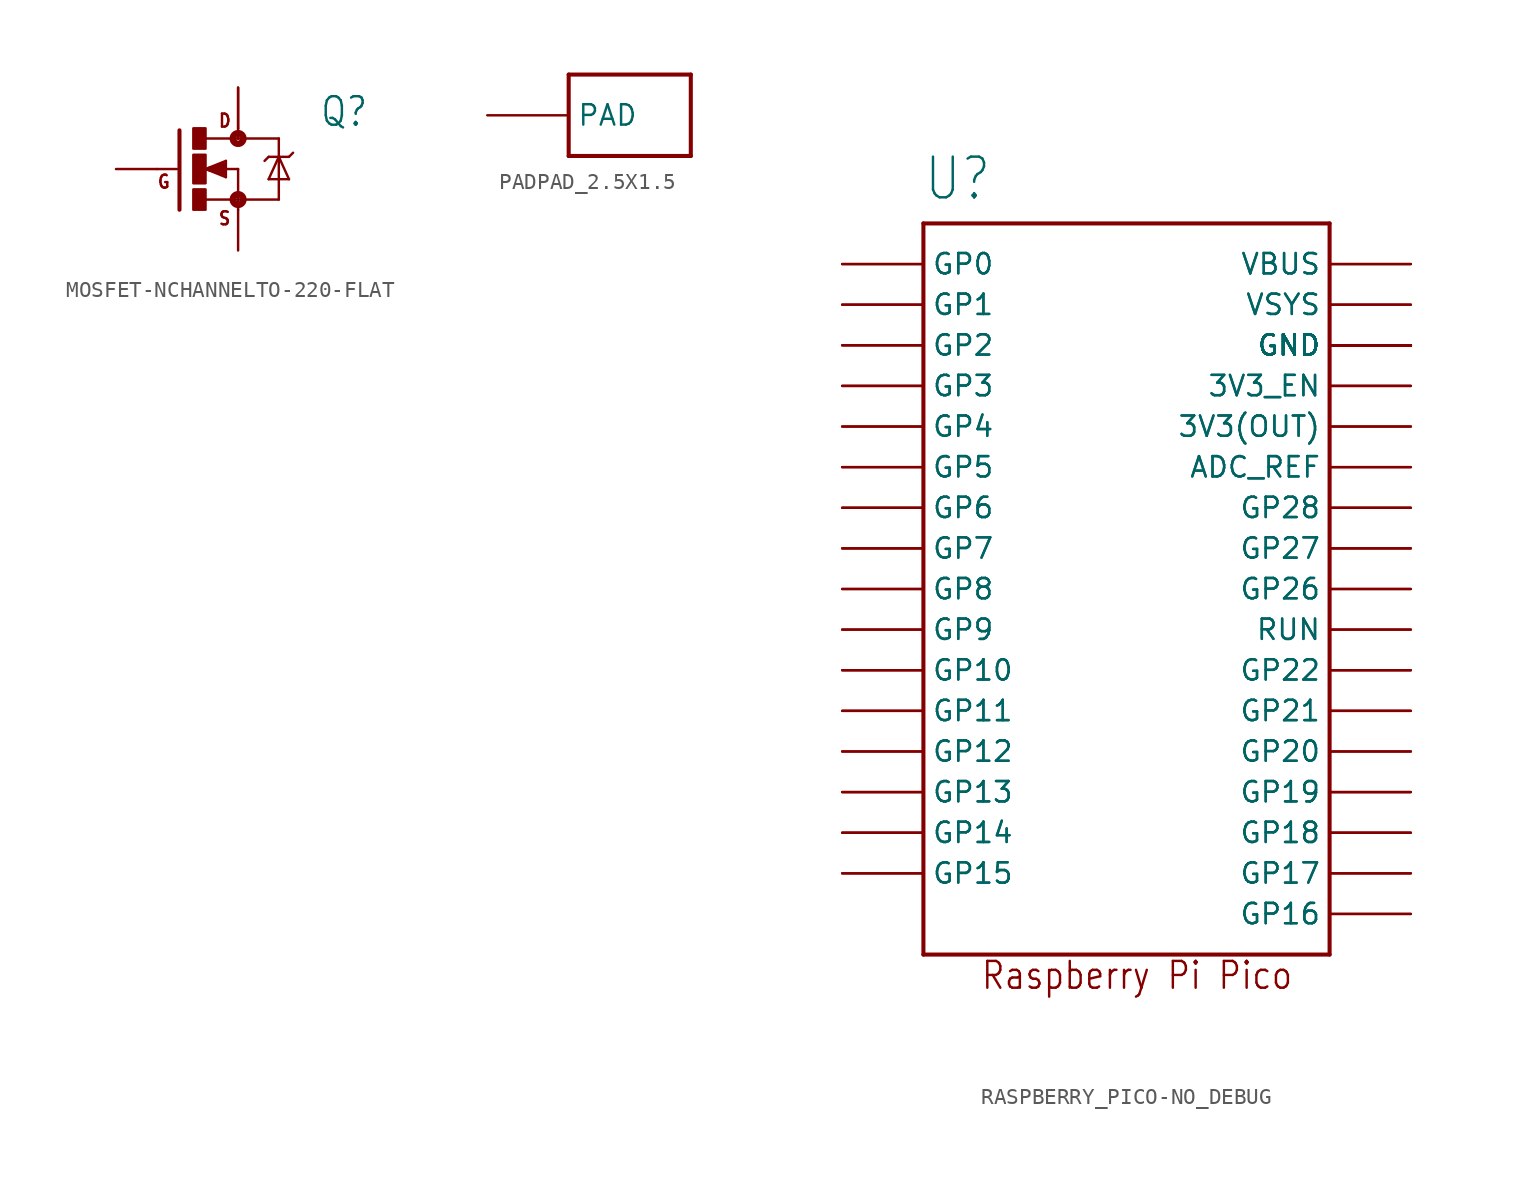
<source format=kicad_sym>
(kicad_symbol_lib
  (version 20231120)
  (generator "kicad_symbol_editor")
  (generator_version "8.0")
  (symbol "MOSFET-NCHANNELTO-220-FLAT"
    (property "Reference" "Q"
      (at 5.08 2.54 0)
      (effects (font (size 1.778 1.511)) (justify left bottom)))
    (property "Value" ""
      (at 5.08 0 0)
      (effects (font (size 1.778 1.511)) (justify left bottom)))
    (property "ki_locked" ""
      (at 0 0 0)
      (effects (font (size 1.27 1.27))))
    (symbol "MOSFET-NCHANNELTO-220-FLAT_1_0"
      (rectangle (start -2.794 -2.54) (end -2.032 -1.27) (stroke (width 0) (type default)) (fill (type outline)))
      (rectangle (start -2.794 -0.889) (end -2.032 0.889) (stroke (width 0) (type default)) (fill (type outline)))
      (rectangle (start -2.794 1.27) (end -2.032 2.54) (stroke (width 0) (type default)) (fill (type outline)))
      (circle (center 0 -1.905) (radius 0.127) (stroke (width 0.406) (type solid)) (fill (type none)))
      (polyline (pts (xy -3.81 0) (xy -5.08 0)) (stroke (width 0.152) (type solid)) (fill (type none)))
      (polyline (pts (xy -3.658 2.413) (xy -3.658 -2.54)) (stroke (width 0.254) (type solid)) (fill (type none)))
      (polyline (pts (xy -2.032 -1.905) (xy 0 -1.905)) (stroke (width 0.152) (type solid)) (fill (type none)))
      (polyline (pts (xy -2.032 0) (xy -0.762 -0.508)) (stroke (width 0.152) (type solid)) (fill (type none)))
      (polyline (pts (xy -1.778 0) (xy -0.889 -0.254)) (stroke (width 0.305) (type solid)) (fill (type none)))
      (polyline (pts (xy -0.889 -0.254) (xy -0.889 0)) (stroke (width 0.305) (type solid)) (fill (type none)))
      (polyline (pts (xy -0.889 0) (xy -1.143 0)) (stroke (width 0.305) (type solid)) (fill (type none)))
      (polyline (pts (xy -0.889 0) (xy 0 0)) (stroke (width 0.152) (type solid)) (fill (type none)))
      (polyline (pts (xy -0.889 0.254) (xy -1.778 0)) (stroke (width 0.305) (type solid)) (fill (type none)))
      (polyline (pts (xy -0.762 -0.508) (xy -0.762 0.508)) (stroke (width 0.152) (type solid)) (fill (type none)))
      (polyline (pts (xy -0.762 0.508) (xy -2.032 0)) (stroke (width 0.152) (type solid)) (fill (type none)))
      (polyline (pts (xy 0 -1.905) (xy 0 -2.54)) (stroke (width 0.152) (type solid)) (fill (type none)))
      (polyline (pts (xy 0 0) (xy 0 -1.905)) (stroke (width 0.152) (type solid)) (fill (type none)))
      (polyline (pts (xy 0 1.905) (xy -2.007 1.905)) (stroke (width 0.152) (type solid)) (fill (type none)))
      (polyline (pts (xy 0 1.905) (xy 2.54 1.905)) (stroke (width 0.152) (type solid)) (fill (type none)))
      (polyline (pts (xy 0 2.54) (xy 0 1.905)) (stroke (width 0.152) (type solid)) (fill (type none)))
      (polyline (pts (xy 1.905 -0.635) (xy 3.175 -0.635)) (stroke (width 0.152) (type solid)) (fill (type none)))
      (polyline (pts (xy 1.905 0.762) (xy 1.651 0.508)) (stroke (width 0.152) (type solid)) (fill (type none)))
      (polyline (pts (xy 1.905 0.762) (xy 2.54 0.762)) (stroke (width 0.152) (type solid)) (fill (type none)))
      (polyline (pts (xy 2.54 -1.905) (xy 0 -1.905)) (stroke (width 0.152) (type solid)) (fill (type none)))
      (polyline (pts (xy 2.54 0.762) (xy 1.905 -0.635)) (stroke (width 0.152) (type solid)) (fill (type none)))
      (polyline (pts (xy 2.54 0.762) (xy 2.54 -1.905)) (stroke (width 0.152) (type solid)) (fill (type none)))
      (polyline (pts (xy 2.54 0.762) (xy 3.175 0.762)) (stroke (width 0.152) (type solid)) (fill (type none)))
      (polyline (pts (xy 2.54 1.905) (xy 2.54 0.762)) (stroke (width 0.152) (type solid)) (fill (type none)))
      (polyline (pts (xy 3.175 -0.635) (xy 2.54 0.762)) (stroke (width 0.152) (type solid)) (fill (type none)))
      (polyline (pts (xy 3.175 0.762) (xy 3.429 1.016)) (stroke (width 0.152) (type solid)) (fill (type none)))
      (circle (center 0 1.905) (radius 0.127) (stroke (width 0.406) (type solid)) (fill (type none)))
      (text "D" (at -1.27 2.54 0) (effects (font (size 0.813 0.691)) (justify left bottom)))
      (text "G" (at -5.08 -1.27 0) (effects (font (size 0.813 0.691)) (justify left bottom)))
      (text "S" (at -1.27 -3.556 0) (effects (font (size 0.813 0.691)) (justify left bottom)))
      (pin passive line (at -7.62 0 0) (length 2.54) (name "G" (effects (font (size 0 0)))) (number "1" (effects (font (size 0 0)))))
      (pin passive line (at 0 5.08 270) (length 2.54) (name "D" (effects (font (size 0 0)))) (number "2" (effects (font (size 0 0)))))
      (pin passive line (at 0 -5.08 90) (length 2.54) (name "S" (effects (font (size 0 0)))) (number "3" (effects (font (size 0 0)))))
      (pin passive line (at 0 5.08 270) (length 2.54) (name "D" (effects (font (size 0 0)))) (number "PAD" (effects (font (size 0 0)))))))
  (symbol "PADPAD_2.5X1.5"
    (property "Reference" ""
      (at 0 0 0)
      (effects (font (size 1.27 1.27)) (hide yes)))
    (property "ki_locked" ""
      (at 0 0 0)
      (effects (font (size 1.27 1.27))))
    (symbol "PADPAD_2.5X1.5_1_0"
      (polyline (pts (xy -2.54 -2.54) (xy 5.08 -2.54)) (stroke (width 0.254) (type solid)) (fill (type none)))
      (polyline (pts (xy -2.54 2.54) (xy -2.54 -2.54)) (stroke (width 0.254) (type solid)) (fill (type none)))
      (polyline (pts (xy 5.08 -2.54) (xy 5.08 2.54)) (stroke (width 0.254) (type solid)) (fill (type none)))
      (polyline (pts (xy 5.08 2.54) (xy -2.54 2.54)) (stroke (width 0.254) (type solid)) (fill (type none)))
      (pin bidirectional line (at -7.62 0 0) (length 5.08) (name "PAD" (effects (font (size 1.27 1.27)))) (number "1" (effects (font (size 0 0)))))))
  (symbol "RASPBERRY_PICO-NO_DEBUG"
    (property "Reference" "U"
      (at -12.716 24.175 0)
      (effects (font (size 2.544 2.162)) (justify left bottom)))
    (property "Value" ""
      (at 2.533 24.363 0)
      (effects (font (size 2.542 2.16)) (justify left bottom)))
    (property "ki_locked" ""
      (at 0 0 0)
      (effects (font (size 1.27 1.27))))
    (symbol "RASPBERRY_PICO-NO_DEBUG_1_0"
      (polyline (pts (xy -12.7 -22.86) (xy -12.7 22.86)) (stroke (width 0.254) (type solid)) (fill (type none)))
      (polyline (pts (xy -12.7 22.86) (xy 12.7 22.86)) (stroke (width 0.254) (type solid)) (fill (type none)))
      (polyline (pts (xy 12.7 -22.86) (xy -12.7 -22.86)) (stroke (width 0.254) (type solid)) (fill (type none)))
      (polyline (pts (xy 12.7 22.86) (xy 12.7 -22.86)) (stroke (width 0.254) (type solid)) (fill (type none)))
      (text "Raspberry Pi Pico" (at -9.144 -25.146 0) (effects (font (size 1.676 1.425)) (justify left bottom)))
      (pin bidirectional line (at -17.78 20.32 0) (length 5.08) (name "GP0" (effects (font (size 1.27 1.27)))) (number "1" (effects (font (size 0 0)))))
      (pin bidirectional line (at -17.78 2.54 0) (length 5.08) (name "GP7" (effects (font (size 1.27 1.27)))) (number "10" (effects (font (size 0 0)))))
      (pin bidirectional line (at -17.78 0 0) (length 5.08) (name "GP8" (effects (font (size 1.27 1.27)))) (number "11" (effects (font (size 0 0)))))
      (pin bidirectional line (at -17.78 -2.54 0) (length 5.08) (name "GP9" (effects (font (size 1.27 1.27)))) (number "12" (effects (font (size 0 0)))))
      (pin power_in line (at 17.78 15.24 180) (length 5.08) (name "GND" (effects (font (size 1.27 1.27)))) (number "13" (effects (font (size 0 0)))))
      (pin bidirectional line (at -17.78 -5.08 0) (length 5.08) (name "GP10" (effects (font (size 1.27 1.27)))) (number "14" (effects (font (size 0 0)))))
      (pin bidirectional line (at -17.78 -7.62 0) (length 5.08) (name "GP11" (effects (font (size 1.27 1.27)))) (number "15" (effects (font (size 0 0)))))
      (pin bidirectional line (at -17.78 -10.16 0) (length 5.08) (name "GP12" (effects (font (size 1.27 1.27)))) (number "16" (effects (font (size 0 0)))))
      (pin bidirectional line (at -17.78 -12.7 0) (length 5.08) (name "GP13" (effects (font (size 1.27 1.27)))) (number "17" (effects (font (size 0 0)))))
      (pin power_in line (at 17.78 15.24 180) (length 5.08) (name "GND" (effects (font (size 1.27 1.27)))) (number "18" (effects (font (size 0 0)))))
      (pin bidirectional line (at -17.78 -15.24 0) (length 5.08) (name "GP14" (effects (font (size 1.27 1.27)))) (number "19" (effects (font (size 0 0)))))
      (pin bidirectional line (at -17.78 17.78 0) (length 5.08) (name "GP1" (effects (font (size 1.27 1.27)))) (number "2" (effects (font (size 0 0)))))
      (pin bidirectional line (at -17.78 -17.78 0) (length 5.08) (name "GP15" (effects (font (size 1.27 1.27)))) (number "20" (effects (font (size 0 0)))))
      (pin bidirectional line (at 17.78 -20.32 180) (length 5.08) (name "GP16" (effects (font (size 1.27 1.27)))) (number "21" (effects (font (size 0 0)))))
      (pin bidirectional line (at 17.78 -17.78 180) (length 5.08) (name "GP17" (effects (font (size 1.27 1.27)))) (number "22" (effects (font (size 0 0)))))
      (pin power_in line (at 17.78 15.24 180) (length 5.08) (name "GND" (effects (font (size 1.27 1.27)))) (number "23" (effects (font (size 0 0)))))
      (pin bidirectional line (at 17.78 -15.24 180) (length 5.08) (name "GP18" (effects (font (size 1.27 1.27)))) (number "24" (effects (font (size 0 0)))))
      (pin bidirectional line (at 17.78 -12.7 180) (length 5.08) (name "GP19" (effects (font (size 1.27 1.27)))) (number "25" (effects (font (size 0 0)))))
      (pin bidirectional line (at 17.78 -10.16 180) (length 5.08) (name "GP20" (effects (font (size 1.27 1.27)))) (number "26" (effects (font (size 0 0)))))
      (pin bidirectional line (at 17.78 -7.62 180) (length 5.08) (name "GP21" (effects (font (size 1.27 1.27)))) (number "27" (effects (font (size 0 0)))))
      (pin power_in line (at 17.78 15.24 180) (length 5.08) (name "GND" (effects (font (size 1.27 1.27)))) (number "28" (effects (font (size 0 0)))))
      (pin bidirectional line (at 17.78 -5.08 180) (length 5.08) (name "GP22" (effects (font (size 1.27 1.27)))) (number "29" (effects (font (size 0 0)))))
      (pin power_in line (at 17.78 15.24 180) (length 5.08) (name "GND" (effects (font (size 1.27 1.27)))) (number "3" (effects (font (size 0 0)))))
      (pin input line (at 17.78 -2.54 180) (length 5.08) (name "RUN" (effects (font (size 1.27 1.27)))) (number "30" (effects (font (size 0 0)))))
      (pin bidirectional line (at 17.78 0 180) (length 5.08) (name "GP26" (effects (font (size 1.27 1.27)))) (number "31" (effects (font (size 0 0)))))
      (pin bidirectional line (at 17.78 2.54 180) (length 5.08) (name "GP27" (effects (font (size 1.27 1.27)))) (number "32" (effects (font (size 0 0)))))
      (pin power_in line (at 17.78 15.24 180) (length 5.08) (name "GND" (effects (font (size 1.27 1.27)))) (number "33" (effects (font (size 0 0)))))
      (pin bidirectional line (at 17.78 5.08 180) (length 5.08) (name "GP28" (effects (font (size 1.27 1.27)))) (number "34" (effects (font (size 0 0)))))
      (pin input line (at 17.78 7.62 180) (length 5.08) (name "ADC_REF" (effects (font (size 1.27 1.27)))) (number "35" (effects (font (size 0 0)))))
      (pin power_in line (at 17.78 10.16 180) (length 5.08) (name "3V3(OUT)" (effects (font (size 1.27 1.27)))) (number "36" (effects (font (size 0 0)))))
      (pin input line (at 17.78 12.7 180) (length 5.08) (name "3V3_EN" (effects (font (size 1.27 1.27)))) (number "37" (effects (font (size 0 0)))))
      (pin power_in line (at 17.78 15.24 180) (length 5.08) (name "GND" (effects (font (size 1.27 1.27)))) (number "38" (effects (font (size 0 0)))))
      (pin power_in line (at 17.78 17.78 180) (length 5.08) (name "VSYS" (effects (font (size 1.27 1.27)))) (number "39" (effects (font (size 0 0)))))
      (pin bidirectional line (at -17.78 15.24 0) (length 5.08) (name "GP2" (effects (font (size 1.27 1.27)))) (number "4" (effects (font (size 0 0)))))
      (pin power_in line (at 17.78 20.32 180) (length 5.08) (name "VBUS" (effects (font (size 1.27 1.27)))) (number "40" (effects (font (size 0 0)))))
      (pin bidirectional line (at -17.78 12.7 0) (length 5.08) (name "GP3" (effects (font (size 1.27 1.27)))) (number "5" (effects (font (size 0 0)))))
      (pin bidirectional line (at -17.78 10.16 0) (length 5.08) (name "GP4" (effects (font (size 1.27 1.27)))) (number "6" (effects (font (size 0 0)))))
      (pin bidirectional line (at -17.78 7.62 0) (length 5.08) (name "GP5" (effects (font (size 1.27 1.27)))) (number "7" (effects (font (size 0 0)))))
      (pin power_in line (at 17.78 15.24 180) (length 5.08) (name "GND" (effects (font (size 1.27 1.27)))) (number "8" (effects (font (size 0 0)))))
      (pin bidirectional line (at -17.78 5.08 0) (length 5.08) (name "GP6" (effects (font (size 1.27 1.27)))) (number "9" (effects (font (size 0 0)))))
      (pin bidirectional line (at -17.78 20.32 0) (length 5.08) (name "GP0" (effects (font (size 1.27 1.27)))) (number "P$1" (effects (font (size 0 0)))))
      (pin bidirectional line (at -17.78 2.54 0) (length 5.08) (name "GP7" (effects (font (size 1.27 1.27)))) (number "P$10" (effects (font (size 0 0)))))
      (pin bidirectional line (at -17.78 0 0) (length 5.08) (name "GP8" (effects (font (size 1.27 1.27)))) (number "P$11" (effects (font (size 0 0)))))
      (pin bidirectional line (at -17.78 -2.54 0) (length 5.08) (name "GP9" (effects (font (size 1.27 1.27)))) (number "P$12" (effects (font (size 0 0)))))
      (pin power_in line (at 17.78 15.24 180) (length 5.08) (name "GND" (effects (font (size 1.27 1.27)))) (number "P$13" (effects (font (size 0 0)))))
      (pin bidirectional line (at -17.78 -5.08 0) (length 5.08) (name "GP10" (effects (font (size 1.27 1.27)))) (number "P$14" (effects (font (size 0 0)))))
      (pin bidirectional line (at -17.78 -7.62 0) (length 5.08) (name "GP11" (effects (font (size 1.27 1.27)))) (number "P$15" (effects (font (size 0 0)))))
      (pin bidirectional line (at -17.78 -10.16 0) (length 5.08) (name "GP12" (effects (font (size 1.27 1.27)))) (number "P$16" (effects (font (size 0 0)))))
      (pin bidirectional line (at -17.78 -12.7 0) (length 5.08) (name "GP13" (effects (font (size 1.27 1.27)))) (number "P$17" (effects (font (size 0 0)))))
      (pin power_in line (at 17.78 15.24 180) (length 5.08) (name "GND" (effects (font (size 1.27 1.27)))) (number "P$18" (effects (font (size 0 0)))))
      (pin bidirectional line (at -17.78 -15.24 0) (length 5.08) (name "GP14" (effects (font (size 1.27 1.27)))) (number "P$19" (effects (font (size 0 0)))))
      (pin bidirectional line (at -17.78 17.78 0) (length 5.08) (name "GP1" (effects (font (size 1.27 1.27)))) (number "P$2" (effects (font (size 0 0)))))
      (pin bidirectional line (at -17.78 -17.78 0) (length 5.08) (name "GP15" (effects (font (size 1.27 1.27)))) (number "P$20" (effects (font (size 0 0)))))
      (pin bidirectional line (at 17.78 -20.32 180) (length 5.08) (name "GP16" (effects (font (size 1.27 1.27)))) (number "P$21" (effects (font (size 0 0)))))
      (pin bidirectional line (at 17.78 -17.78 180) (length 5.08) (name "GP17" (effects (font (size 1.27 1.27)))) (number "P$22" (effects (font (size 0 0)))))
      (pin power_in line (at 17.78 15.24 180) (length 5.08) (name "GND" (effects (font (size 1.27 1.27)))) (number "P$23" (effects (font (size 0 0)))))
      (pin bidirectional line (at 17.78 -15.24 180) (length 5.08) (name "GP18" (effects (font (size 1.27 1.27)))) (number "P$24" (effects (font (size 0 0)))))
      (pin bidirectional line (at 17.78 -12.7 180) (length 5.08) (name "GP19" (effects (font (size 1.27 1.27)))) (number "P$25" (effects (font (size 0 0)))))
      (pin bidirectional line (at 17.78 -10.16 180) (length 5.08) (name "GP20" (effects (font (size 1.27 1.27)))) (number "P$26" (effects (font (size 0 0)))))
      (pin bidirectional line (at 17.78 -7.62 180) (length 5.08) (name "GP21" (effects (font (size 1.27 1.27)))) (number "P$27" (effects (font (size 0 0)))))
      (pin power_in line (at 17.78 15.24 180) (length 5.08) (name "GND" (effects (font (size 1.27 1.27)))) (number "P$28" (effects (font (size 0 0)))))
      (pin bidirectional line (at 17.78 -5.08 180) (length 5.08) (name "GP22" (effects (font (size 1.27 1.27)))) (number "P$29" (effects (font (size 0 0)))))
      (pin power_in line (at 17.78 15.24 180) (length 5.08) (name "GND" (effects (font (size 1.27 1.27)))) (number "P$3" (effects (font (size 0 0)))))
      (pin input line (at 17.78 -2.54 180) (length 5.08) (name "RUN" (effects (font (size 1.27 1.27)))) (number "P$30" (effects (font (size 0 0)))))
      (pin bidirectional line (at 17.78 0 180) (length 5.08) (name "GP26" (effects (font (size 1.27 1.27)))) (number "P$31" (effects (font (size 0 0)))))
      (pin bidirectional line (at 17.78 2.54 180) (length 5.08) (name "GP27" (effects (font (size 1.27 1.27)))) (number "P$32" (effects (font (size 0 0)))))
      (pin power_in line (at 17.78 15.24 180) (length 5.08) (name "GND" (effects (font (size 1.27 1.27)))) (number "P$33" (effects (font (size 0 0)))))
      (pin bidirectional line (at 17.78 5.08 180) (length 5.08) (name "GP28" (effects (font (size 1.27 1.27)))) (number "P$34" (effects (font (size 0 0)))))
      (pin input line (at 17.78 7.62 180) (length 5.08) (name "ADC_REF" (effects (font (size 1.27 1.27)))) (number "P$35" (effects (font (size 0 0)))))
      (pin power_in line (at 17.78 10.16 180) (length 5.08) (name "3V3(OUT)" (effects (font (size 1.27 1.27)))) (number "P$36" (effects (font (size 0 0)))))
      (pin input line (at 17.78 12.7 180) (length 5.08) (name "3V3_EN" (effects (font (size 1.27 1.27)))) (number "P$37" (effects (font (size 0 0)))))
      (pin power_in line (at 17.78 15.24 180) (length 5.08) (name "GND" (effects (font (size 1.27 1.27)))) (number "P$38" (effects (font (size 0 0)))))
      (pin power_in line (at 17.78 17.78 180) (length 5.08) (name "VSYS" (effects (font (size 1.27 1.27)))) (number "P$39" (effects (font (size 0 0)))))
      (pin bidirectional line (at -17.78 15.24 0) (length 5.08) (name "GP2" (effects (font (size 1.27 1.27)))) (number "P$4" (effects (font (size 0 0)))))
      (pin power_in line (at 17.78 20.32 180) (length 5.08) (name "VBUS" (effects (font (size 1.27 1.27)))) (number "P$40" (effects (font (size 0 0)))))
      (pin bidirectional line (at -17.78 12.7 0) (length 5.08) (name "GP3" (effects (font (size 1.27 1.27)))) (number "P$5" (effects (font (size 0 0)))))
      (pin bidirectional line (at -17.78 10.16 0) (length 5.08) (name "GP4" (effects (font (size 1.27 1.27)))) (number "P$6" (effects (font (size 0 0)))))
      (pin bidirectional line (at -17.78 7.62 0) (length 5.08) (name "GP5" (effects (font (size 1.27 1.27)))) (number "P$7" (effects (font (size 0 0)))))
      (pin power_in line (at 17.78 15.24 180) (length 5.08) (name "GND" (effects (font (size 1.27 1.27)))) (number "P$8" (effects (font (size 0 0)))))
      (pin bidirectional line (at -17.78 5.08 0) (length 5.08) (name "GP6" (effects (font (size 1.27 1.27)))) (number "P$9" (effects (font (size 0 0))))))))
</source>
